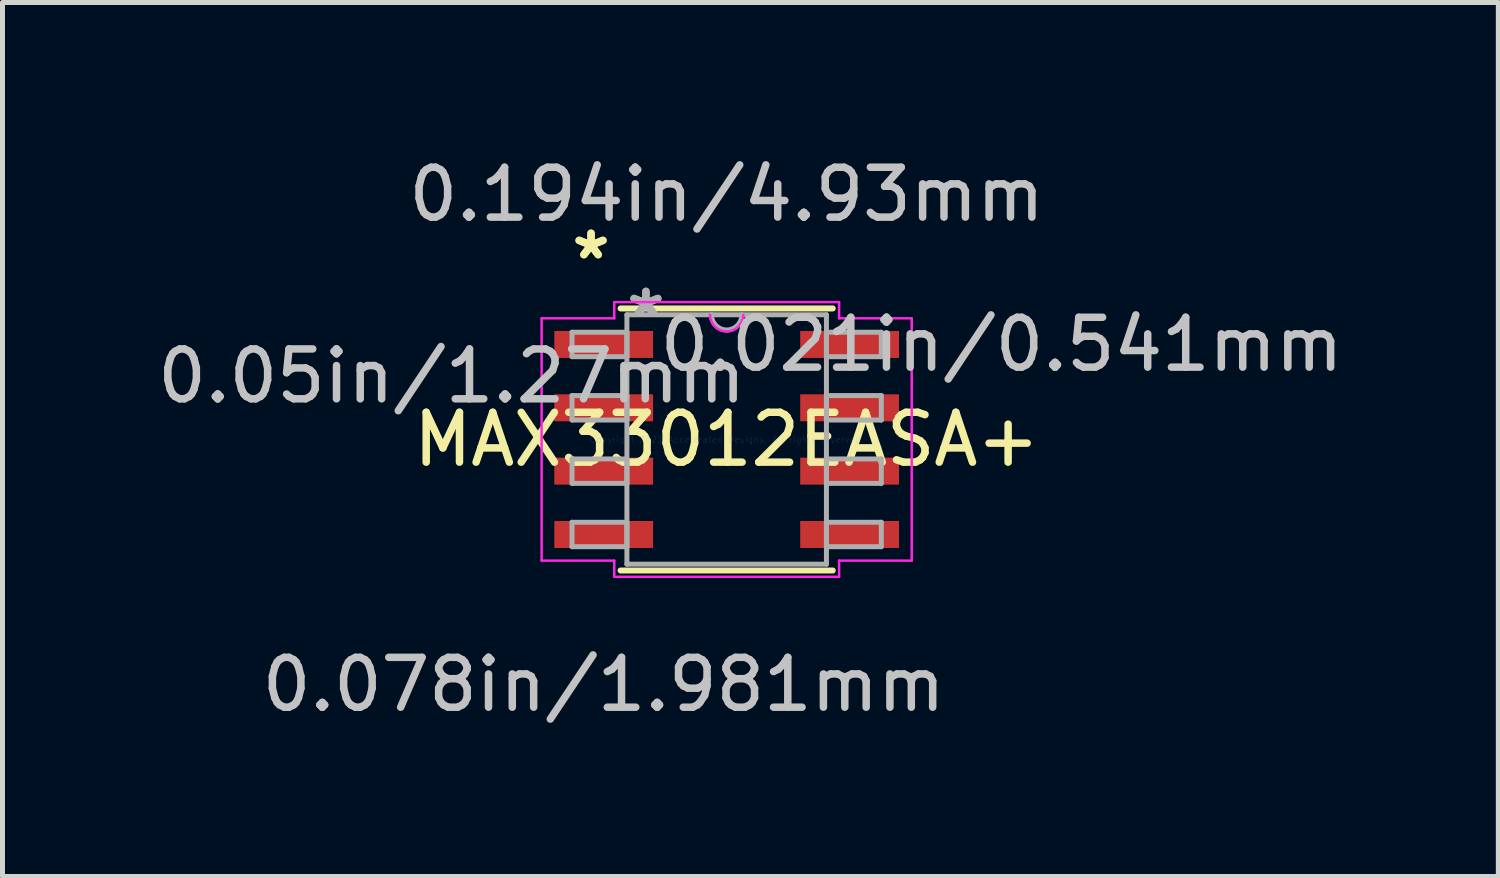
<source format=kicad_pcb>
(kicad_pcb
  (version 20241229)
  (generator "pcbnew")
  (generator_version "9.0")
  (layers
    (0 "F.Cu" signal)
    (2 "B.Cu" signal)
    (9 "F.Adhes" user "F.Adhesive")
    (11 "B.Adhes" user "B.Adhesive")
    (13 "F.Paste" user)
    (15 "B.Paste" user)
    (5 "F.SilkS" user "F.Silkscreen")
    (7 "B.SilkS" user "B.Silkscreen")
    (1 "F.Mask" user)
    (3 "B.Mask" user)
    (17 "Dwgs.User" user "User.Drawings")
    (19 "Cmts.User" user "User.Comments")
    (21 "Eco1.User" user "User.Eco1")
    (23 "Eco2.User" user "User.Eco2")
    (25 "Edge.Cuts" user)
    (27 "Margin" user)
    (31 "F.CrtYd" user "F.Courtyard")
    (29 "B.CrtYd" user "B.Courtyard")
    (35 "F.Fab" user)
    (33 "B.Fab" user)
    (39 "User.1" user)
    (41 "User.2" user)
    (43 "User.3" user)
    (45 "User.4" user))
  (footprint "MAX33012EASA+"
    (layer "F.Cu")
    (at 11.519 5.761)
    (property "Reference" "MAX33012EASA+" (at 0 0 0) (layer "F.SilkS") (effects (font (size 1 1) (thickness 0.15))))
    (attr through_hole)
    (fp_line (start -2.127 2.627) (end 2.127 2.627) (stroke (width 0.12) (type solid)) (layer "F.SilkS"))
    (fp_line (start 2.127 -2.627) (end -2.127 -2.627) (stroke (width 0.12) (type solid)) (layer "F.SilkS"))
    (fp_line (start -3.71 -2.429) (end -2.254 -2.429) (stroke (width 0.05) (type solid)) (layer "F.CrtYd"))
    (fp_line (start -3.71 2.429) (end -3.71 -2.429) (stroke (width 0.05) (type solid)) (layer "F.CrtYd"))
    (fp_line (start -2.254 -2.754) (end 2.254 -2.754) (stroke (width 0.05) (type solid)) (layer "F.CrtYd"))
    (fp_line (start -2.254 -2.429) (end -2.254 -2.754) (stroke (width 0.05) (type solid)) (layer "F.CrtYd"))
    (fp_line (start -2.254 2.429) (end -3.71 2.429) (stroke (width 0.05) (type solid)) (layer "F.CrtYd"))
    (fp_line (start -2.254 2.754) (end -2.254 2.429) (stroke (width 0.05) (type solid)) (layer "F.CrtYd"))
    (fp_line (start 2.254 -2.754) (end 2.254 -2.429) (stroke (width 0.05) (type solid)) (layer "F.CrtYd"))
    (fp_line (start 2.254 -2.429) (end 3.71 -2.429) (stroke (width 0.05) (type solid)) (layer "F.CrtYd"))
    (fp_line (start 2.254 2.429) (end 2.254 2.754) (stroke (width 0.05) (type solid)) (layer "F.CrtYd"))
    (fp_line (start 2.254 2.754) (end -2.254 2.754) (stroke (width 0.05) (type solid)) (layer "F.CrtYd"))
    (fp_line (start 3.71 -2.429) (end 3.71 2.429) (stroke (width 0.05) (type solid)) (layer "F.CrtYd"))
    (fp_line (start 3.71 2.429) (end 2.254 2.429) (stroke (width 0.05) (type solid)) (layer "F.CrtYd"))
    (fp_arc (start 0.333333 -2.5) (mid 0 -2.166667) (end -0.333333 -2.5) (stroke (width 0.05) (type solid)) (layer "F.CrtYd"))
    (fp_line (start -3.1 -2.15) (end -3.1 -1.66) (stroke (width 0.1) (type solid)) (layer "F.Fab"))
    (fp_line (start -3.1 -1.66) (end -2 -1.66) (stroke (width 0.1) (type solid)) (layer "F.Fab"))
    (fp_line (start -3.1 -0.88) (end -3.1 -0.39) (stroke (width 0.1) (type solid)) (layer "F.Fab"))
    (fp_line (start -3.1 -0.39) (end -2 -0.39) (stroke (width 0.1) (type solid)) (layer "F.Fab"))
    (fp_line (start -3.1 0.39) (end -3.1 0.88) (stroke (width 0.1) (type solid)) (layer "F.Fab"))
    (fp_line (start -3.1 0.88) (end -2 0.88) (stroke (width 0.1) (type solid)) (layer "F.Fab"))
    (fp_line (start -3.1 1.66) (end -3.1 2.15) (stroke (width 0.1) (type solid)) (layer "F.Fab"))
    (fp_line (start -3.1 2.15) (end -2 2.15) (stroke (width 0.1) (type solid)) (layer "F.Fab"))
    (fp_line (start -2 -2.5) (end -2 2.5) (stroke (width 0.1) (type solid)) (layer "F.Fab"))
    (fp_line (start -2 -2.15) (end -3.1 -2.15) (stroke (width 0.1) (type solid)) (layer "F.Fab"))
    (fp_line (start -2 -1.66) (end -2 -2.15) (stroke (width 0.1) (type solid)) (layer "F.Fab"))
    (fp_line (start -2 -0.88) (end -3.1 -0.88) (stroke (width 0.1) (type solid)) (layer "F.Fab"))
    (fp_line (start -2 -0.39) (end -2 -0.88) (stroke (width 0.1) (type solid)) (layer "F.Fab"))
    (fp_line (start -2 0.39) (end -3.1 0.39) (stroke (width 0.1) (type solid)) (layer "F.Fab"))
    (fp_line (start -2 0.88) (end -2 0.39) (stroke (width 0.1) (type solid)) (layer "F.Fab"))
    (fp_line (start -2 1.66) (end -3.1 1.66) (stroke (width 0.1) (type solid)) (layer "F.Fab"))
    (fp_line (start -2 2.15) (end -2 1.66) (stroke (width 0.1) (type solid)) (layer "F.Fab"))
    (fp_line (start -2 2.5) (end 2 2.5) (stroke (width 0.1) (type solid)) (layer "F.Fab"))
    (fp_line (start 2 -2.5) (end -2 -2.5) (stroke (width 0.1) (type solid)) (layer "F.Fab"))
    (fp_line (start 2 -2.15) (end 2 -1.66) (stroke (width 0.1) (type solid)) (layer "F.Fab"))
    (fp_line (start 2 -1.66) (end 3.1 -1.66) (stroke (width 0.1) (type solid)) (layer "F.Fab"))
    (fp_line (start 2 -0.88) (end 2 -0.39) (stroke (width 0.1) (type solid)) (layer "F.Fab"))
    (fp_line (start 2 -0.39) (end 3.1 -0.39) (stroke (width 0.1) (type solid)) (layer "F.Fab"))
    (fp_line (start 2 0.39) (end 2 0.88) (stroke (width 0.1) (type solid)) (layer "F.Fab"))
    (fp_line (start 2 0.88) (end 3.1 0.88) (stroke (width 0.1) (type solid)) (layer "F.Fab"))
    (fp_line (start 2 1.66) (end 2 2.15) (stroke (width 0.1) (type solid)) (layer "F.Fab"))
    (fp_line (start 2 2.15) (end 3.1 2.15) (stroke (width 0.1) (type solid)) (layer "F.Fab"))
    (fp_line (start 2 2.5) (end 2 -2.5) (stroke (width 0.1) (type solid)) (layer "F.Fab"))
    (fp_line (start 3.1 -2.15) (end 2 -2.15) (stroke (width 0.1) (type solid)) (layer "F.Fab"))
    (fp_line (start 3.1 -1.66) (end 3.1 -2.15) (stroke (width 0.1) (type solid)) (layer "F.Fab"))
    (fp_line (start 3.1 -0.88) (end 2 -0.88) (stroke (width 0.1) (type solid)) (layer "F.Fab"))
    (fp_line (start 3.1 -0.39) (end 3.1 -0.88) (stroke (width 0.1) (type solid)) (layer "F.Fab"))
    (fp_line (start 3.1 0.39) (end 2 0.39) (stroke (width 0.1) (type solid)) (layer "F.Fab"))
    (fp_line (start 3.1 0.88) (end 3.1 0.39) (stroke (width 0.1) (type solid)) (layer "F.Fab"))
    (fp_line (start 3.1 1.66) (end 2 1.66) (stroke (width 0.1) (type solid)) (layer "F.Fab"))
    (fp_line (start 3.1 2.15) (end 3.1 1.66) (stroke (width 0.1) (type solid)) (layer "F.Fab"))
    (fp_arc (start 0.3048 -2.5) (mid 0 -2.1952) (end -0.3048 -2.5) (stroke (width 0.1) (type solid)) (layer "F.Fab"))
    (fp_text user "*" (at -2.719 -3.589 0) (layer "F.SilkS") (effects (font (size 1 1) (thickness 0.15))))
    (fp_text user "*" (at -2.719 -3.589 0) (layer "F.SilkS") (effects (font (size 1 1) (thickness 0.15))))
    (fp_text user "0.05in/1.27mm" (at -5.513 -1.27 0) (layer "Dwgs.User") (effects (font (size 1 1) (thickness 0.15))))
    (fp_text user "0.194in/4.93mm" (at 0 -4.913 0) (layer "Dwgs.User") (effects (font (size 1 1) (thickness 0.15))))
    (fp_text user "0.078in/1.981mm" (at -2.465 4.913 0) (layer "Dwgs.User") (effects (font (size 1 1) (thickness 0.15))))
    (fp_text user "0.021in/0.541mm" (at 5.513 -1.905 0) (layer "Dwgs.User") (effects (font (size 1 1) (thickness 0.15))))
    (fp_text user "Copyright 2021 Accelerated Designs. All rights reserved." (at 0 0 0) (layer "Cmts.User") (effects (font (size 0.127 0.127) (thickness 0.002))))
    (fp_text user "*" (at -1.619 -2.424 0) (layer "F.Fab") (effects (font (size 1 1) (thickness 0.15))))
    (fp_text user "*" (at -1.619 -2.424 0) (layer "F.Fab") (effects (font (size 1 1) (thickness 0.15))))
    (pad "1" smd rect (at -2.465 -1.905) (size 1.981 0.541) (layers "F.Cu" "F.Mask" "F.Paste"))
    (pad "2" smd rect (at -2.465 -0.635) (size 1.981 0.541) (layers "F.Cu" "F.Mask" "F.Paste"))
    (pad "3" smd rect (at -2.465 0.635) (size 1.981 0.541) (layers "F.Cu" "F.Mask" "F.Paste"))
    (pad "4" smd rect (at -2.465 1.905) (size 1.981 0.541) (layers "F.Cu" "F.Mask" "F.Paste"))
    (pad "5" smd rect (at 2.465 1.905) (size 1.981 0.541) (layers "F.Cu" "F.Mask" "F.Paste"))
    (pad "6" smd rect (at 2.465 0.635) (size 1.981 0.541) (layers "F.Cu" "F.Mask" "F.Paste"))
    (pad "7" smd rect (at 2.465 -0.635) (size 1.981 0.541) (layers "F.Cu" "F.Mask" "F.Paste"))
    (pad "8" smd rect (at 2.465 -1.905) (size 1.981 0.541) (layers "F.Cu" "F.Mask" "F.Paste")))
  (gr_rect
    (start -3 -3)
    (end 26.99 14.523)
    (stroke (width 0.1) (type default))
    (fill no)
    (layer "Edge.Cuts")))
</source>
